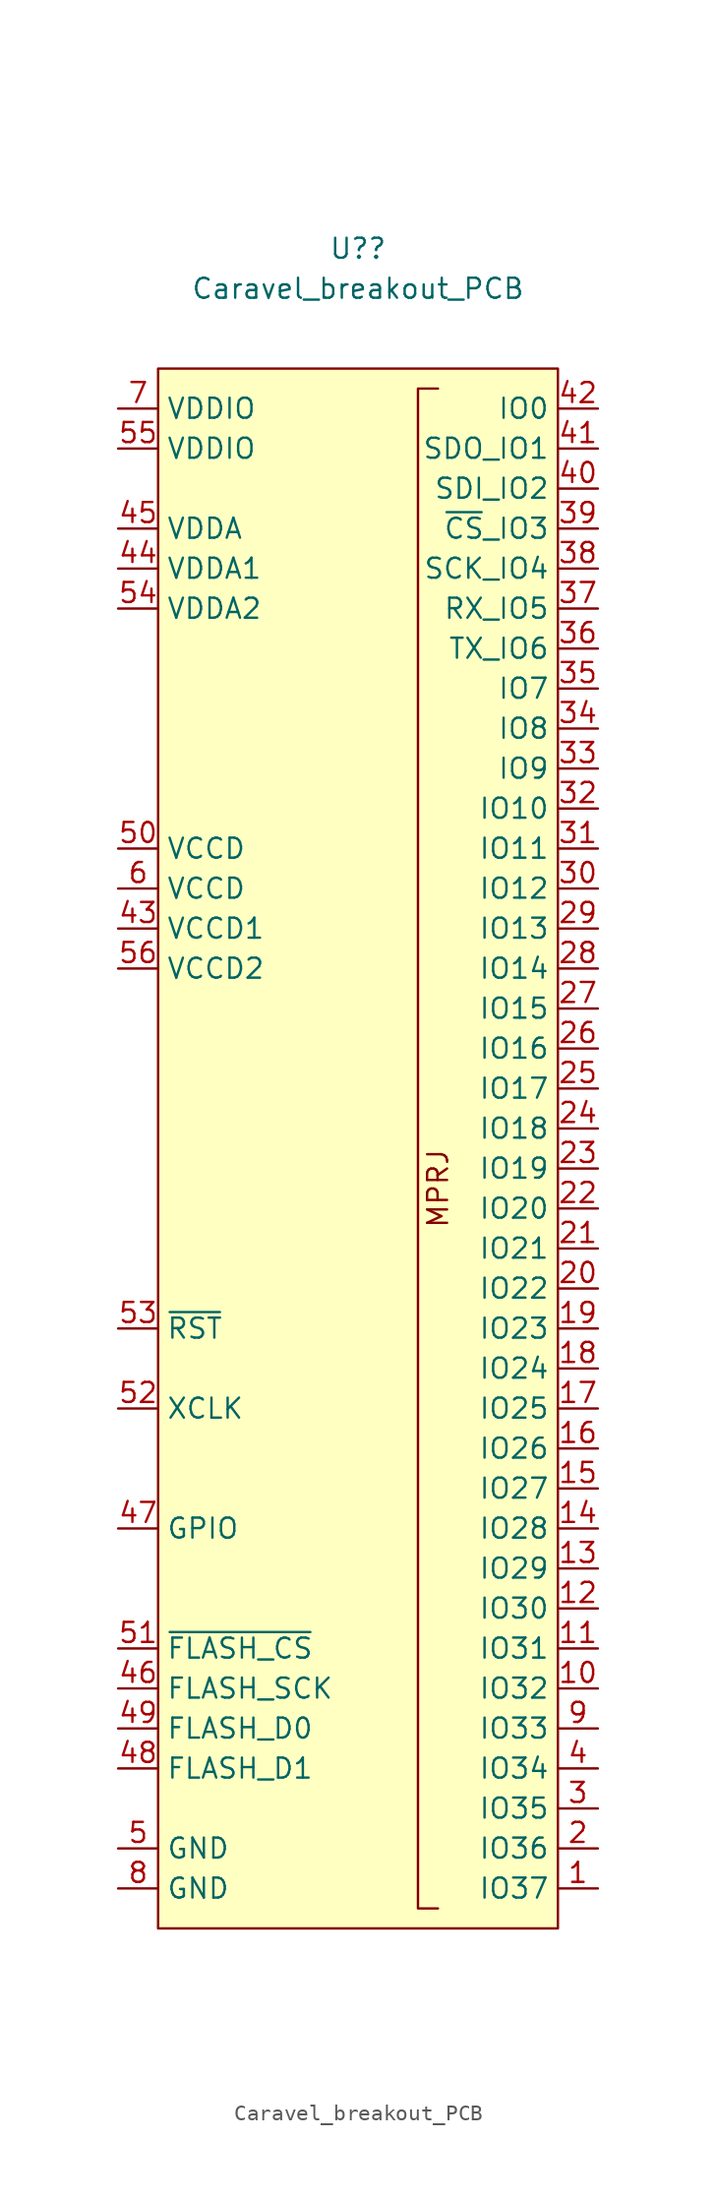
<source format=kicad_sym>
(kicad_symbol_lib
  (version 20211014)
  (generator kicad_symbol_editor)
  (symbol "Caravel_breakout_PCB"
    (property "Reference" "U?"
      (at 0 38.1 0)
      (effects (font (size 1.27 1.27))))
    (property "Value" "Caravel_breakout_PCB"
      (at 0 35.56 0)
      (effects (font (size 1.27 1.27))))
    (symbol "Caravel_breakout_PCB_0_0"
      (text "MPRJ" (at 5.08 -21.59 900) (effects (font (size 1.27 1.27)))))
    (symbol "Caravel_breakout_PCB_0_1"
      (rectangle (start -12.7 30.48) (end 12.7 -68.58) (stroke (width 0) (type default) (color 0 0 0 0)) (fill (type background)))
      (polyline (pts (xy 5.08 29.21) (xy 3.81 29.21) (xy 3.81 -67.31) (xy 5.08 -67.31)) (stroke (width 0) (type default) (color 0 0 0 0)) (fill (type none))))
    (symbol "Caravel_breakout_PCB_1_1"
      (pin bidirectional line (at 15.24 -66.04 180) (length 2.54) (name "IO37" (effects (font (size 1.27 1.27)))) (number "1" (effects (font (size 1.27 1.27)))))
      (pin bidirectional line (at 15.24 -53.34 180) (length 2.54) (name "IO32" (effects (font (size 1.27 1.27)))) (number "10" (effects (font (size 1.27 1.27)))))
      (pin bidirectional line (at 15.24 -50.8 180) (length 2.54) (name "IO31" (effects (font (size 1.27 1.27)))) (number "11" (effects (font (size 1.27 1.27)))))
      (pin bidirectional line (at 15.24 -48.26 180) (length 2.54) (name "IO30" (effects (font (size 1.27 1.27)))) (number "12" (effects (font (size 1.27 1.27)))))
      (pin bidirectional line (at 15.24 -45.72 180) (length 2.54) (name "IO29" (effects (font (size 1.27 1.27)))) (number "13" (effects (font (size 1.27 1.27)))))
      (pin bidirectional line (at 15.24 -43.18 180) (length 2.54) (name "IO28" (effects (font (size 1.27 1.27)))) (number "14" (effects (font (size 1.27 1.27)))))
      (pin bidirectional line (at 15.24 -40.64 180) (length 2.54) (name "IO27" (effects (font (size 1.27 1.27)))) (number "15" (effects (font (size 1.27 1.27)))))
      (pin bidirectional line (at 15.24 -38.1 180) (length 2.54) (name "IO26" (effects (font (size 1.27 1.27)))) (number "16" (effects (font (size 1.27 1.27)))))
      (pin bidirectional line (at 15.24 -35.56 180) (length 2.54) (name "IO25" (effects (font (size 1.27 1.27)))) (number "17" (effects (font (size 1.27 1.27)))))
      (pin bidirectional line (at 15.24 -33.02 180) (length 2.54) (name "IO24" (effects (font (size 1.27 1.27)))) (number "18" (effects (font (size 1.27 1.27)))))
      (pin bidirectional line (at 15.24 -30.48 180) (length 2.54) (name "IO23" (effects (font (size 1.27 1.27)))) (number "19" (effects (font (size 1.27 1.27)))))
      (pin bidirectional line (at 15.24 -63.5 180) (length 2.54) (name "IO36" (effects (font (size 1.27 1.27)))) (number "2" (effects (font (size 1.27 1.27)))))
      (pin bidirectional line (at 15.24 -27.94 180) (length 2.54) (name "IO22" (effects (font (size 1.27 1.27)))) (number "20" (effects (font (size 1.27 1.27)))))
      (pin bidirectional line (at 15.24 -25.4 180) (length 2.54) (name "IO21" (effects (font (size 1.27 1.27)))) (number "21" (effects (font (size 1.27 1.27)))))
      (pin bidirectional line (at 15.24 -22.86 180) (length 2.54) (name "IO20" (effects (font (size 1.27 1.27)))) (number "22" (effects (font (size 1.27 1.27)))))
      (pin bidirectional line (at 15.24 -20.32 180) (length 2.54) (name "IO19" (effects (font (size 1.27 1.27)))) (number "23" (effects (font (size 1.27 1.27)))))
      (pin bidirectional line (at 15.24 -17.78 180) (length 2.54) (name "IO18" (effects (font (size 1.27 1.27)))) (number "24" (effects (font (size 1.27 1.27)))))
      (pin bidirectional line (at 15.24 -15.24 180) (length 2.54) (name "IO17" (effects (font (size 1.27 1.27)))) (number "25" (effects (font (size 1.27 1.27)))))
      (pin bidirectional line (at 15.24 -12.7 180) (length 2.54) (name "IO16" (effects (font (size 1.27 1.27)))) (number "26" (effects (font (size 1.27 1.27)))))
      (pin bidirectional line (at 15.24 -10.16 180) (length 2.54) (name "IO15" (effects (font (size 1.27 1.27)))) (number "27" (effects (font (size 1.27 1.27)))))
      (pin bidirectional line (at 15.24 -7.62 180) (length 2.54) (name "IO14" (effects (font (size 1.27 1.27)))) (number "28" (effects (font (size 1.27 1.27)))))
      (pin bidirectional line (at 15.24 -5.08 180) (length 2.54) (name "IO13" (effects (font (size 1.27 1.27)))) (number "29" (effects (font (size 1.27 1.27)))))
      (pin bidirectional line (at 15.24 -60.96 180) (length 2.54) (name "IO35" (effects (font (size 1.27 1.27)))) (number "3" (effects (font (size 1.27 1.27)))))
      (pin bidirectional line (at 15.24 -2.54 180) (length 2.54) (name "IO12" (effects (font (size 1.27 1.27)))) (number "30" (effects (font (size 1.27 1.27)))))
      (pin bidirectional line (at 15.24 0 180) (length 2.54) (name "IO11" (effects (font (size 1.27 1.27)))) (number "31" (effects (font (size 1.27 1.27)))))
      (pin bidirectional line (at 15.24 2.54 180) (length 2.54) (name "IO10" (effects (font (size 1.27 1.27)))) (number "32" (effects (font (size 1.27 1.27)))))
      (pin bidirectional line (at 15.24 5.08 180) (length 2.54) (name "IO9" (effects (font (size 1.27 1.27)))) (number "33" (effects (font (size 1.27 1.27)))))
      (pin bidirectional line (at 15.24 7.62 180) (length 2.54) (name "IO8" (effects (font (size 1.27 1.27)))) (number "34" (effects (font (size 1.27 1.27)))))
      (pin bidirectional line (at 15.24 10.16 180) (length 2.54) (name "IO7" (effects (font (size 1.27 1.27)))) (number "35" (effects (font (size 1.27 1.27)))))
      (pin bidirectional line (at 15.24 12.7 180) (length 2.54) (name "TX_IO6" (effects (font (size 1.27 1.27)))) (number "36" (effects (font (size 1.27 1.27)))) (alternate "IO6" bidirectional line) (alternate "TX" output line))
      (pin bidirectional line (at 15.24 15.24 180) (length 2.54) (name "RX_IO5" (effects (font (size 1.27 1.27)))) (number "37" (effects (font (size 1.27 1.27)))) (alternate "IO5" bidirectional line) (alternate "RX" bidirectional line))
      (pin bidirectional line (at 15.24 17.78 180) (length 2.54) (name "SCK_IO4" (effects (font (size 1.27 1.27)))) (number "38" (effects (font (size 1.27 1.27)))) (alternate "IO4" bidirectional line) (alternate "SCK" output line))
      (pin bidirectional line (at 15.24 20.32 180) (length 2.54) (name "~{CS}_IO3" (effects (font (size 1.27 1.27)))) (number "39" (effects (font (size 1.27 1.27)))) (alternate "IO3" bidirectional line) (alternate "~{CS}" bidirectional line))
      (pin bidirectional line (at 15.24 -58.42 180) (length 2.54) (name "IO34" (effects (font (size 1.27 1.27)))) (number "4" (effects (font (size 1.27 1.27)))))
      (pin bidirectional line (at 15.24 22.86 180) (length 2.54) (name "SDI_IO2" (effects (font (size 1.27 1.27)))) (number "40" (effects (font (size 1.27 1.27)))) (alternate "IO2" bidirectional line) (alternate "SDI" bidirectional line))
      (pin bidirectional line (at 15.24 25.4 180) (length 2.54) (name "SDO_IO1" (effects (font (size 1.27 1.27)))) (number "41" (effects (font (size 1.27 1.27)))) (alternate "IO0" bidirectional line) (alternate "SDO" bidirectional line))
      (pin bidirectional line (at 15.24 27.94 180) (length 2.54) (name "IO0" (effects (font (size 1.27 1.27)))) (number "42" (effects (font (size 1.27 1.27)))))
      (pin power_in line (at -15.24 -5.08 0) (length 2.54) (name "VCCD1" (effects (font (size 1.27 1.27)))) (number "43" (effects (font (size 1.27 1.27)))))
      (pin power_in line (at -15.24 17.78 0) (length 2.54) (name "VDDA1" (effects (font (size 1.27 1.27)))) (number "44" (effects (font (size 1.27 1.27)))))
      (pin power_in line (at -15.24 20.32 0) (length 2.54) (name "VDDA" (effects (font (size 1.27 1.27)))) (number "45" (effects (font (size 1.27 1.27)))))
      (pin output line (at -15.24 -53.34 0) (length 2.54) (name "FLASH_SCK" (effects (font (size 1.27 1.27)))) (number "46" (effects (font (size 1.27 1.27)))))
      (pin bidirectional line (at -15.24 -43.18 0) (length 2.54) (name "GPIO" (effects (font (size 1.27 1.27)))) (number "47" (effects (font (size 1.27 1.27)))))
      (pin bidirectional line (at -15.24 -58.42 0) (length 2.54) (name "FLASH_D1" (effects (font (size 1.27 1.27)))) (number "48" (effects (font (size 1.27 1.27)))))
      (pin bidirectional line (at -15.24 -55.88 0) (length 2.54) (name "FLASH_D0" (effects (font (size 1.27 1.27)))) (number "49" (effects (font (size 1.27 1.27)))))
      (pin power_in line (at -15.24 -63.5 0) (length 2.54) (name "GND" (effects (font (size 1.27 1.27)))) (number "5" (effects (font (size 1.27 1.27)))))
      (pin power_in line (at -15.24 0 0) (length 2.54) (name "VCCD" (effects (font (size 1.27 1.27)))) (number "50" (effects (font (size 1.27 1.27)))))
      (pin output line (at -15.24 -50.8 0) (length 2.54) (name "~{FLASH_CS}" (effects (font (size 1.27 1.27)))) (number "51" (effects (font (size 1.27 1.27)))))
      (pin input line (at -15.24 -35.56 0) (length 2.54) (name "XCLK" (effects (font (size 1.27 1.27)))) (number "52" (effects (font (size 1.27 1.27)))))
      (pin input line (at -15.24 -30.48 0) (length 2.54) (name "~{RST}" (effects (font (size 1.27 1.27)))) (number "53" (effects (font (size 1.27 1.27)))))
      (pin power_in line (at -15.24 15.24 0) (length 2.54) (name "VDDA2" (effects (font (size 1.27 1.27)))) (number "54" (effects (font (size 1.27 1.27)))))
      (pin power_in line (at -15.24 25.4 0) (length 2.54) (name "VDDIO" (effects (font (size 1.27 1.27)))) (number "55" (effects (font (size 1.27 1.27)))))
      (pin power_in line (at -15.24 -7.62 0) (length 2.54) (name "VCCD2" (effects (font (size 1.27 1.27)))) (number "56" (effects (font (size 1.27 1.27)))))
      (pin power_in line (at -15.24 -2.54 0) (length 2.54) (name "VCCD" (effects (font (size 1.27 1.27)))) (number "6" (effects (font (size 1.27 1.27)))))
      (pin power_in line (at -15.24 27.94 0) (length 2.54) (name "VDDIO" (effects (font (size 1.27 1.27)))) (number "7" (effects (font (size 1.27 1.27)))))
      (pin power_in line (at -15.24 -66.04 0) (length 2.54) (name "GND" (effects (font (size 1.27 1.27)))) (number "8" (effects (font (size 1.27 1.27)))))
      (pin bidirectional line (at 15.24 -55.88 180) (length 2.54) (name "IO33" (effects (font (size 1.27 1.27)))) (number "9" (effects (font (size 1.27 1.27))))))))
</source>
